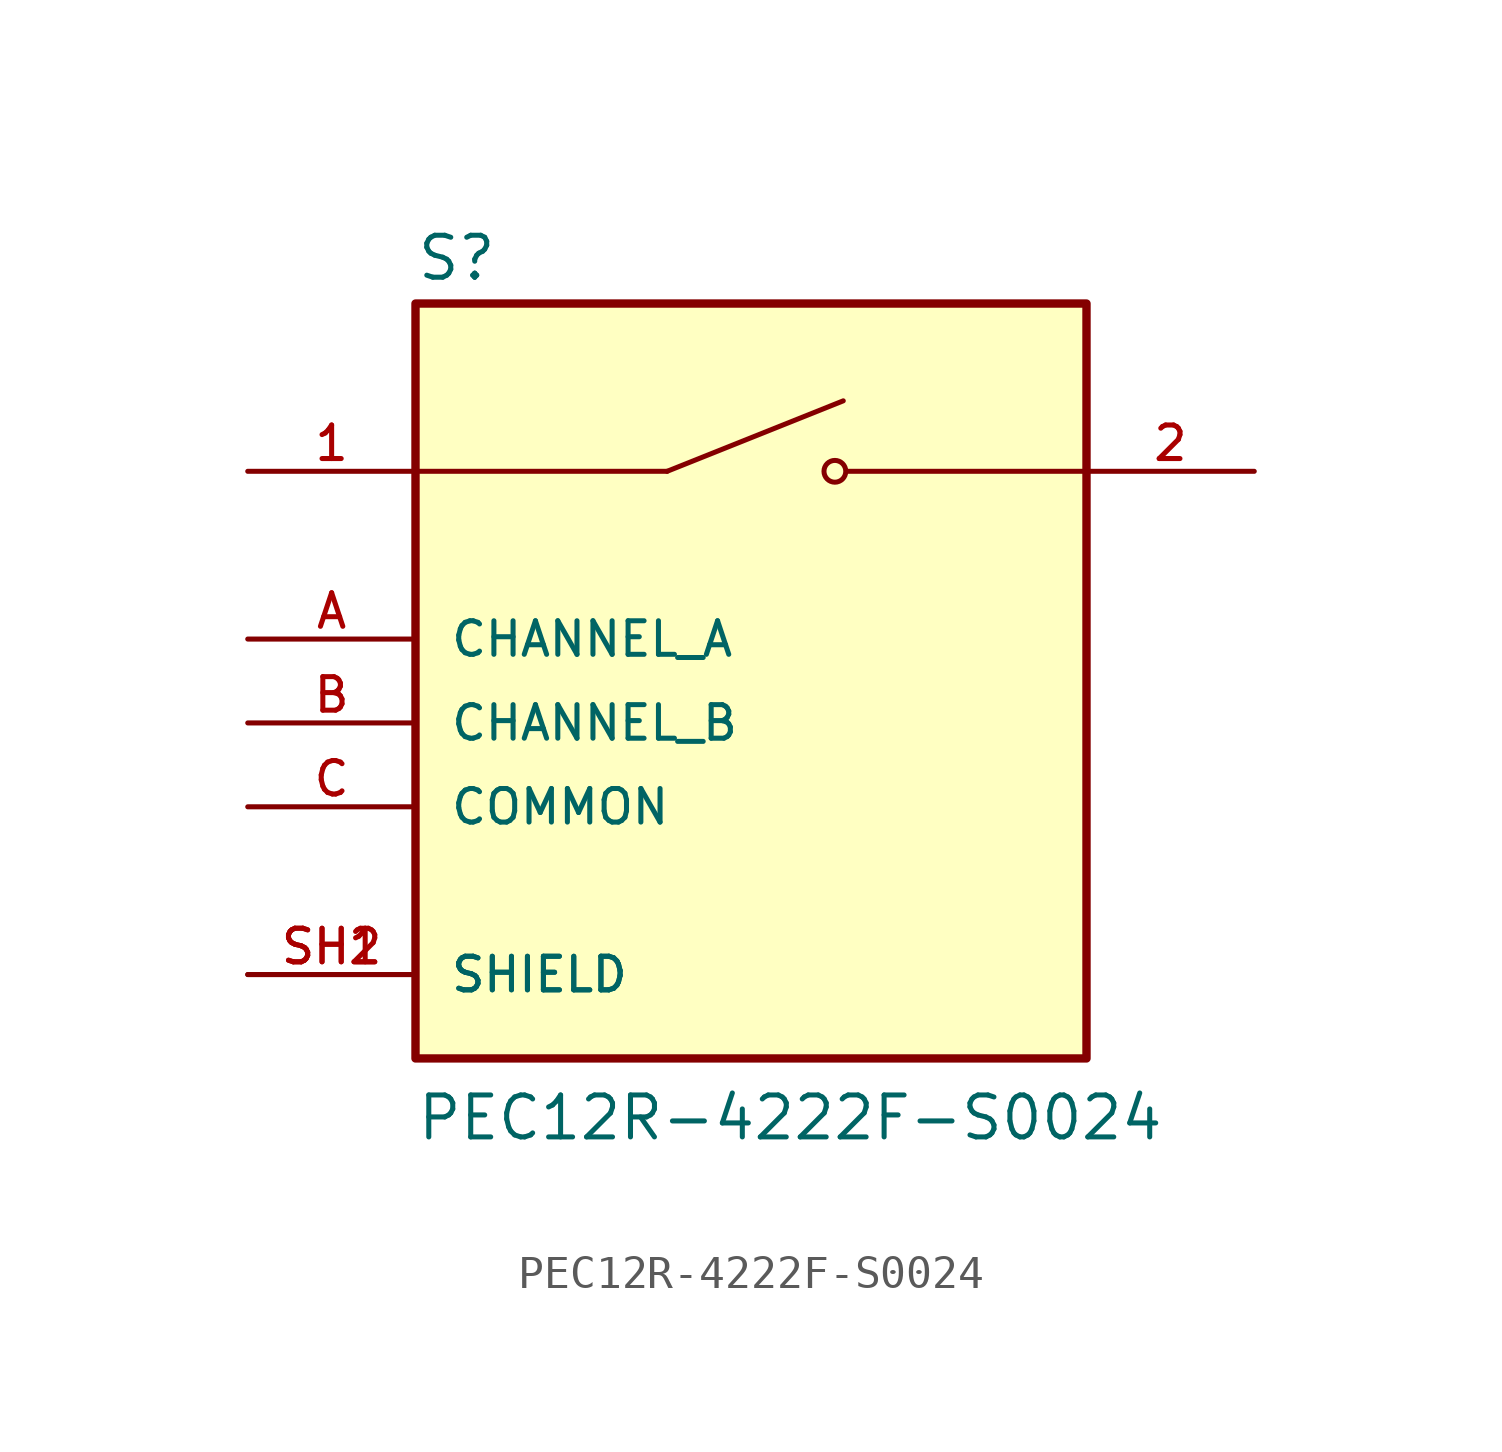
<source format=kicad_sym>
(kicad_symbol_lib
  (version 20211014)
  (generator kicad_symbol_editor)
  (symbol "PEC12R-4222F-S0024"
    (pin_names
      (offset 1.016))
    (property "Reference" "S"
      (at -10.16 10.795 0)
      (effects (font (size 1.27 1.27)) (justify bottom left)))
    (property "Value" "PEC12R-4222F-S0024"
      (at -10.16 -15.24 0)
      (effects (font (size 1.27 1.27)) (justify bottom left)))
    (symbol "PEC12R-4222F-S0024_0_0"
      (polyline (pts (xy -2.54 5.08) (xy 2.794 7.214)) (stroke (width 0.152)))
      (circle (center 2.54 5.08) (radius 0.33) (stroke (width 0.152)) (fill (type none)))
      (polyline (pts (xy 10.16 5.08) (xy 2.921 5.08)) (stroke (width 0.152)))
      (polyline (pts (xy -2.54 5.08) (xy -10.16 5.08)) (stroke (width 0.152)))
      (rectangle (start -10.16 -12.7) (end 10.16 10.16) (stroke (width 0.254)) (fill (type background)))
      (pin passive line (at -15.24 5.08 0) (length 5.08) (name "~" (effects (font (size 1.016 1.016)))) (number "1" (effects (font (size 1.016 1.016)))))
      (pin passive line (at 15.24 5.08 180.0) (length 5.08) (name "~" (effects (font (size 1.016 1.016)))) (number "2" (effects (font (size 1.016 1.016)))))
      (pin passive line (at -15.24 0.0 0) (length 5.08) (name "CHANNEL_A" (effects (font (size 1.016 1.016)))) (number "A" (effects (font (size 1.016 1.016)))))
      (pin passive line (at -15.24 -2.54 0) (length 5.08) (name "CHANNEL_B" (effects (font (size 1.016 1.016)))) (number "B" (effects (font (size 1.016 1.016)))))
      (pin passive line (at -15.24 -10.16 0) (length 5.08) (name "SHIELD" (effects (font (size 1.016 1.016)))) (number "SH1" (effects (font (size 1.016 1.016)))))
      (pin passive line (at -15.24 -10.16 0) (length 5.08) (name "SHIELD" (effects (font (size 1.016 1.016)))) (number "SH2" (effects (font (size 1.016 1.016)))))
      (pin passive line (at -15.24 -5.08 0) (length 5.08) (name "COMMON" (effects (font (size 1.016 1.016)))) (number "C" (effects (font (size 1.016 1.016))))))))
</source>
